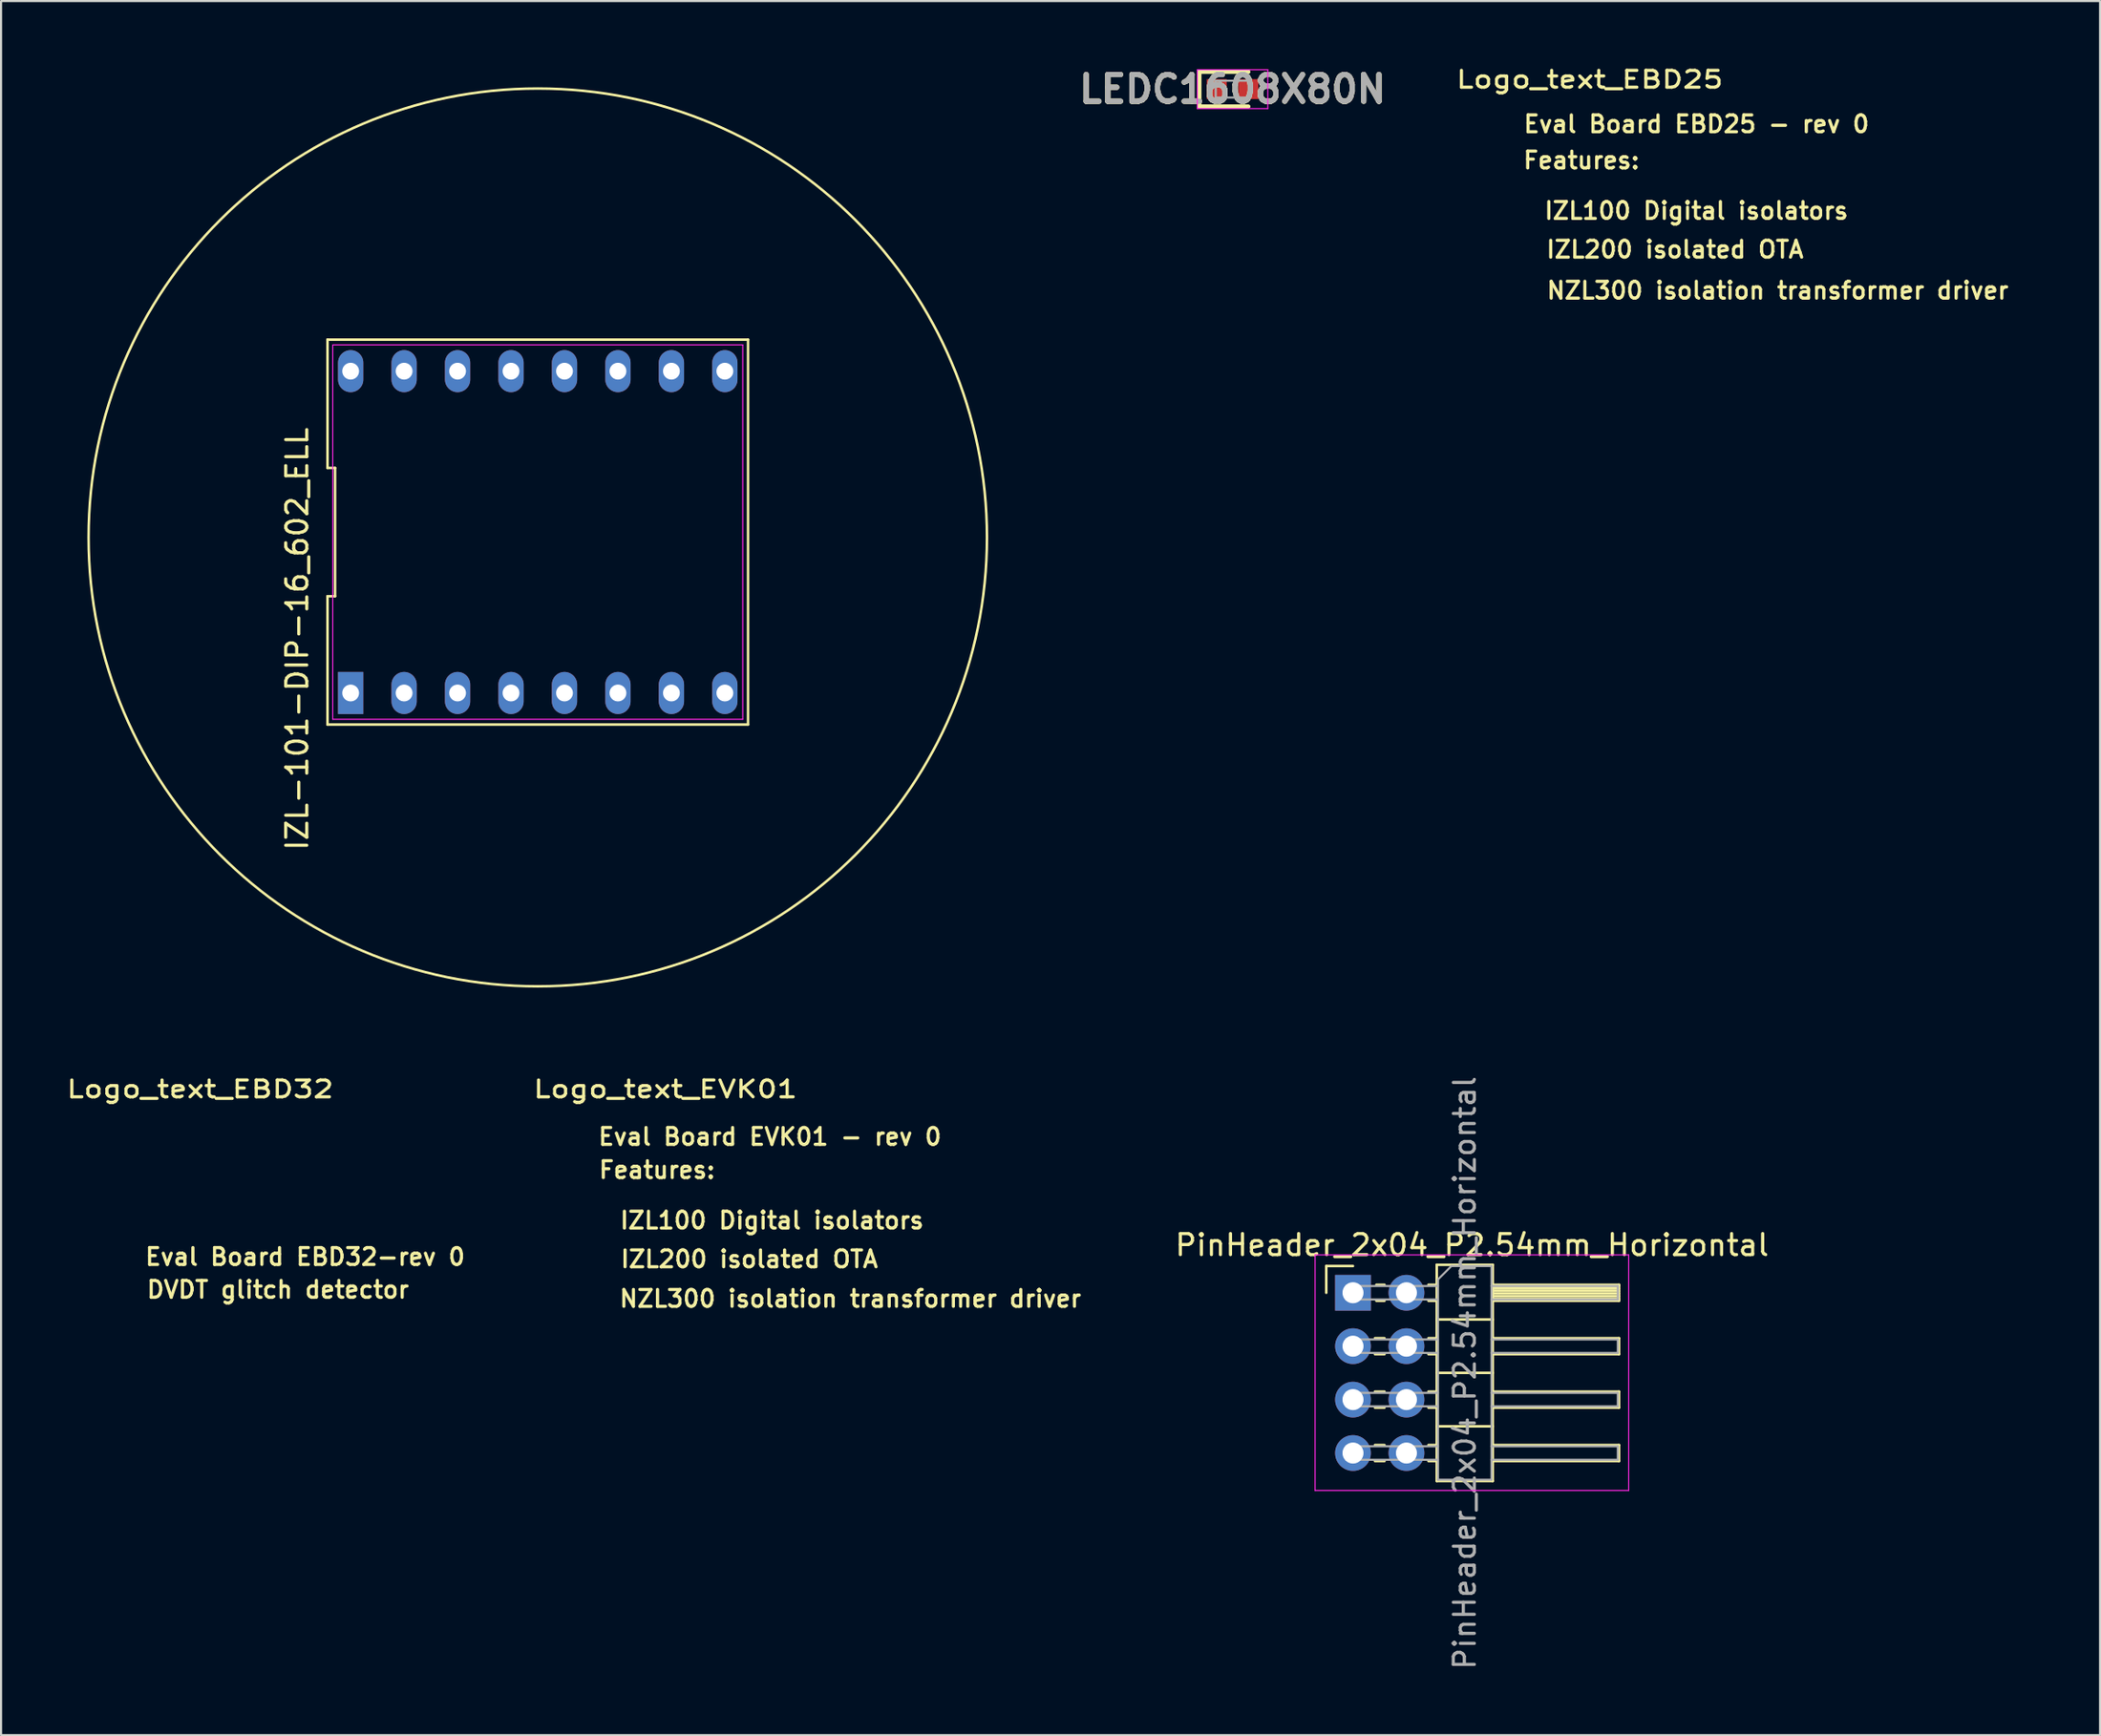
<source format=kicad_pcb>
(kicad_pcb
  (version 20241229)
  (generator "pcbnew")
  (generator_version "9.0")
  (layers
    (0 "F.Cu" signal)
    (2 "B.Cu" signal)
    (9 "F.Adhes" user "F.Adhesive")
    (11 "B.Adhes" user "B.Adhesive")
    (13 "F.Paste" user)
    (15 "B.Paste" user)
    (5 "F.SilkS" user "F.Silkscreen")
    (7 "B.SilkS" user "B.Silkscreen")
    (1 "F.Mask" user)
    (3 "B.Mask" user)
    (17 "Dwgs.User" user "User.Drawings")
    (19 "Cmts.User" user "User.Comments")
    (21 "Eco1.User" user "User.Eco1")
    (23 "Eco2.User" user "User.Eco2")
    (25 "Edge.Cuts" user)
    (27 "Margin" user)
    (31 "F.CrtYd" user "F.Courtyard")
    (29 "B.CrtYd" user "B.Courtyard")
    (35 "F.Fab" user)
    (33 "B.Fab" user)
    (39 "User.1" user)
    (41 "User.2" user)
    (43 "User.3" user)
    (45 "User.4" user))
  (footprint "PinHeader_2x04_P2.54mm_Horizontal"
    (layer "F.Cu")
    (at 61.233 58.41)
    (property "Reference" "PinHeader_2x04_P2.54mm_Horizontal" (at 5.655 -2.27 0) (layer "F.SilkS") (effects (font (size 1 1) (thickness 0.15))))
    (attr through_hole)
    (fp_line (start -1.27 -1.27) (end 0 -1.27) (stroke (width 0.12) (type solid)) (layer "F.SilkS"))
    (fp_line (start -1.27 0) (end -1.27 -1.27) (stroke (width 0.12) (type solid)) (layer "F.SilkS"))
    (fp_line (start 1.043 2.16) (end 1.497 2.16) (stroke (width 0.12) (type solid)) (layer "F.SilkS"))
    (fp_line (start 1.043 2.92) (end 1.497 2.92) (stroke (width 0.12) (type solid)) (layer "F.SilkS"))
    (fp_line (start 1.043 4.7) (end 1.497 4.7) (stroke (width 0.12) (type solid)) (layer "F.SilkS"))
    (fp_line (start 1.043 5.46) (end 1.497 5.46) (stroke (width 0.12) (type solid)) (layer "F.SilkS"))
    (fp_line (start 1.043 7.24) (end 1.497 7.24) (stroke (width 0.12) (type solid)) (layer "F.SilkS"))
    (fp_line (start 1.043 8) (end 1.497 8) (stroke (width 0.12) (type solid)) (layer "F.SilkS"))
    (fp_line (start 1.11 -0.38) (end 1.497 -0.38) (stroke (width 0.12) (type solid)) (layer "F.SilkS"))
    (fp_line (start 1.11 0.38) (end 1.497 0.38) (stroke (width 0.12) (type solid)) (layer "F.SilkS"))
    (fp_line (start 3.583 -0.38) (end 3.98 -0.38) (stroke (width 0.12) (type solid)) (layer "F.SilkS"))
    (fp_line (start 3.583 0.38) (end 3.98 0.38) (stroke (width 0.12) (type solid)) (layer "F.SilkS"))
    (fp_line (start 3.583 2.16) (end 3.98 2.16) (stroke (width 0.12) (type solid)) (layer "F.SilkS"))
    (fp_line (start 3.583 2.92) (end 3.98 2.92) (stroke (width 0.12) (type solid)) (layer "F.SilkS"))
    (fp_line (start 3.583 4.7) (end 3.98 4.7) (stroke (width 0.12) (type solid)) (layer "F.SilkS"))
    (fp_line (start 3.583 5.46) (end 3.98 5.46) (stroke (width 0.12) (type solid)) (layer "F.SilkS"))
    (fp_line (start 3.583 7.24) (end 3.98 7.24) (stroke (width 0.12) (type solid)) (layer "F.SilkS"))
    (fp_line (start 3.583 8) (end 3.98 8) (stroke (width 0.12) (type solid)) (layer "F.SilkS"))
    (fp_line (start 3.98 -1.33) (end 3.98 8.95) (stroke (width 0.12) (type solid)) (layer "F.SilkS"))
    (fp_line (start 3.98 1.27) (end 6.64 1.27) (stroke (width 0.12) (type solid)) (layer "F.SilkS"))
    (fp_line (start 3.98 3.81) (end 6.64 3.81) (stroke (width 0.12) (type solid)) (layer "F.SilkS"))
    (fp_line (start 3.98 6.35) (end 6.64 6.35) (stroke (width 0.12) (type solid)) (layer "F.SilkS"))
    (fp_line (start 3.98 8.95) (end 6.64 8.95) (stroke (width 0.12) (type solid)) (layer "F.SilkS"))
    (fp_line (start 6.64 -1.33) (end 3.98 -1.33) (stroke (width 0.12) (type solid)) (layer "F.SilkS"))
    (fp_line (start 6.64 -0.38) (end 12.64 -0.38) (stroke (width 0.12) (type solid)) (layer "F.SilkS"))
    (fp_line (start 6.64 -0.32) (end 12.64 -0.32) (stroke (width 0.12) (type solid)) (layer "F.SilkS"))
    (fp_line (start 6.64 -0.2) (end 12.64 -0.2) (stroke (width 0.12) (type solid)) (layer "F.SilkS"))
    (fp_line (start 6.64 -0.08) (end 12.64 -0.08) (stroke (width 0.12) (type solid)) (layer "F.SilkS"))
    (fp_line (start 6.64 0.04) (end 12.64 0.04) (stroke (width 0.12) (type solid)) (layer "F.SilkS"))
    (fp_line (start 6.64 0.16) (end 12.64 0.16) (stroke (width 0.12) (type solid)) (layer "F.SilkS"))
    (fp_line (start 6.64 0.28) (end 12.64 0.28) (stroke (width 0.12) (type solid)) (layer "F.SilkS"))
    (fp_line (start 6.64 2.16) (end 12.64 2.16) (stroke (width 0.12) (type solid)) (layer "F.SilkS"))
    (fp_line (start 6.64 4.7) (end 12.64 4.7) (stroke (width 0.12) (type solid)) (layer "F.SilkS"))
    (fp_line (start 6.64 7.24) (end 12.64 7.24) (stroke (width 0.12) (type solid)) (layer "F.SilkS"))
    (fp_line (start 6.64 8.95) (end 6.64 -1.33) (stroke (width 0.12) (type solid)) (layer "F.SilkS"))
    (fp_line (start 12.64 -0.38) (end 12.64 0.38) (stroke (width 0.12) (type solid)) (layer "F.SilkS"))
    (fp_line (start 12.64 0.38) (end 6.64 0.38) (stroke (width 0.12) (type solid)) (layer "F.SilkS"))
    (fp_line (start 12.64 2.16) (end 12.64 2.92) (stroke (width 0.12) (type solid)) (layer "F.SilkS"))
    (fp_line (start 12.64 2.92) (end 6.64 2.92) (stroke (width 0.12) (type solid)) (layer "F.SilkS"))
    (fp_line (start 12.64 4.7) (end 12.64 5.46) (stroke (width 0.12) (type solid)) (layer "F.SilkS"))
    (fp_line (start 12.64 5.46) (end 6.64 5.46) (stroke (width 0.12) (type solid)) (layer "F.SilkS"))
    (fp_line (start 12.64 7.24) (end 12.64 8) (stroke (width 0.12) (type solid)) (layer "F.SilkS"))
    (fp_line (start 12.64 8) (end 6.64 8) (stroke (width 0.12) (type solid)) (layer "F.SilkS"))
    (fp_line (start -1.8 -1.8) (end -1.8 9.4) (stroke (width 0.05) (type solid)) (layer "F.CrtYd"))
    (fp_line (start -1.8 9.4) (end 13.1 9.4) (stroke (width 0.05) (type solid)) (layer "F.CrtYd"))
    (fp_line (start 13.1 -1.8) (end -1.8 -1.8) (stroke (width 0.05) (type solid)) (layer "F.CrtYd"))
    (fp_line (start 13.1 9.4) (end 13.1 -1.8) (stroke (width 0.05) (type solid)) (layer "F.CrtYd"))
    (fp_line (start -0.32 -0.32) (end -0.32 0.32) (stroke (width 0.1) (type solid)) (layer "F.Fab"))
    (fp_line (start -0.32 -0.32) (end 4.04 -0.32) (stroke (width 0.1) (type solid)) (layer "F.Fab"))
    (fp_line (start -0.32 0.32) (end 4.04 0.32) (stroke (width 0.1) (type solid)) (layer "F.Fab"))
    (fp_line (start -0.32 2.22) (end -0.32 2.86) (stroke (width 0.1) (type solid)) (layer "F.Fab"))
    (fp_line (start -0.32 2.22) (end 4.04 2.22) (stroke (width 0.1) (type solid)) (layer "F.Fab"))
    (fp_line (start -0.32 2.86) (end 4.04 2.86) (stroke (width 0.1) (type solid)) (layer "F.Fab"))
    (fp_line (start -0.32 4.76) (end -0.32 5.4) (stroke (width 0.1) (type solid)) (layer "F.Fab"))
    (fp_line (start -0.32 4.76) (end 4.04 4.76) (stroke (width 0.1) (type solid)) (layer "F.Fab"))
    (fp_line (start -0.32 5.4) (end 4.04 5.4) (stroke (width 0.1) (type solid)) (layer "F.Fab"))
    (fp_line (start -0.32 7.3) (end -0.32 7.94) (stroke (width 0.1) (type solid)) (layer "F.Fab"))
    (fp_line (start -0.32 7.3) (end 4.04 7.3) (stroke (width 0.1) (type solid)) (layer "F.Fab"))
    (fp_line (start -0.32 7.94) (end 4.04 7.94) (stroke (width 0.1) (type solid)) (layer "F.Fab"))
    (fp_line (start 4.04 -0.635) (end 4.675 -1.27) (stroke (width 0.1) (type solid)) (layer "F.Fab"))
    (fp_line (start 4.04 8.89) (end 4.04 -0.635) (stroke (width 0.1) (type solid)) (layer "F.Fab"))
    (fp_line (start 4.675 -1.27) (end 6.58 -1.27) (stroke (width 0.1) (type solid)) (layer "F.Fab"))
    (fp_line (start 6.58 -1.27) (end 6.58 8.89) (stroke (width 0.1) (type solid)) (layer "F.Fab"))
    (fp_line (start 6.58 -0.32) (end 12.58 -0.32) (stroke (width 0.1) (type solid)) (layer "F.Fab"))
    (fp_line (start 6.58 0.32) (end 12.58 0.32) (stroke (width 0.1) (type solid)) (layer "F.Fab"))
    (fp_line (start 6.58 2.22) (end 12.58 2.22) (stroke (width 0.1) (type solid)) (layer "F.Fab"))
    (fp_line (start 6.58 2.86) (end 12.58 2.86) (stroke (width 0.1) (type solid)) (layer "F.Fab"))
    (fp_line (start 6.58 4.76) (end 12.58 4.76) (stroke (width 0.1) (type solid)) (layer "F.Fab"))
    (fp_line (start 6.58 5.4) (end 12.58 5.4) (stroke (width 0.1) (type solid)) (layer "F.Fab"))
    (fp_line (start 6.58 7.3) (end 12.58 7.3) (stroke (width 0.1) (type solid)) (layer "F.Fab"))
    (fp_line (start 6.58 7.94) (end 12.58 7.94) (stroke (width 0.1) (type solid)) (layer "F.Fab"))
    (fp_line (start 6.58 8.89) (end 4.04 8.89) (stroke (width 0.1) (type solid)) (layer "F.Fab"))
    (fp_line (start 12.58 -0.32) (end 12.58 0.32) (stroke (width 0.1) (type solid)) (layer "F.Fab"))
    (fp_line (start 12.58 2.22) (end 12.58 2.86) (stroke (width 0.1) (type solid)) (layer "F.Fab"))
    (fp_line (start 12.58 4.76) (end 12.58 5.4) (stroke (width 0.1) (type solid)) (layer "F.Fab"))
    (fp_line (start 12.58 7.3) (end 12.58 7.94) (stroke (width 0.1) (type solid)) (layer "F.Fab"))
    (fp_text user "${REFERENCE}" (at 5.31 3.81 90) (layer "F.Fab") (effects (font (size 1 1) (thickness 0.15))))
    (pad "1" thru_hole rect (at 0 0) (size 1.7 1.7) (drill 1) (layers "*.Cu" "*.Mask"))
    (pad "2" thru_hole oval (at 2.54 0) (size 1.7 1.7) (drill 1) (layers "*.Cu" "*.Mask"))
    (pad "3" thru_hole oval (at 0 2.54) (size 1.7 1.7) (drill 1) (layers "*.Cu" "*.Mask"))
    (pad "4" thru_hole oval (at 2.54 2.54) (size 1.7 1.7) (drill 1) (layers "*.Cu" "*.Mask"))
    (pad "5" thru_hole oval (at 0 5.08) (size 1.7 1.7) (drill 1) (layers "*.Cu" "*.Mask"))
    (pad "6" thru_hole oval (at 2.54 5.08) (size 1.7 1.7) (drill 1) (layers "*.Cu" "*.Mask"))
    (pad "7" thru_hole oval (at 0 7.62) (size 1.7 1.7) (drill 1) (layers "*.Cu" "*.Mask"))
    (pad "8" thru_hole oval (at 2.54 7.62) (size 1.7 1.7) (drill 1) (layers "*.Cu" "*.Mask")))
  (footprint "Logo_text_EBD32"
    (layer "F.Cu")
    (at 6.458 58.891)
    (property "Reference" "Logo_text_EBD32" (at 0 -10.16 0) (layer "F.SilkS") (effects (font (size 0.8 1) (thickness 0.15))))
    (attr exclude_from_pos_files exclude_from_bom)
    (fp_text user "DVDT glitch detector " (at 4 -0.63 0) (layer "F.SilkS") (effects (font (size 0.8 0.8) (thickness 0.15))))
    (fp_text user "Eval Board EBD32-rev 0" (at 4.99 -2.19 0) (layer "F.SilkS") (effects (font (size 0.8 0.8) (thickness 0.15)))))
  (footprint "IZL-101-DIP-16_602_ELL"
    (layer "F.Cu")
    (at 22.5 22.246)
    (property "Reference" "IZL-101-DIP-16_602_ELL" (at -11.43 5.08 90) (layer "F.SilkS") (effects (font (size 1 1) (thickness 0.15))))
    (attr through_hole)
    (fp_circle (center 0 0.254) (end 0 0.254) (stroke (width 45) (type solid)) (fill no) (layer "F.Mask"))
    (fp_circle (center 0 0.254) (end 0 0.254) (stroke (width 45) (type solid)) (fill no) (layer "B.Mask"))
    (fp_line (start -9.99 -9.15) (end -9.99 -3.05) (stroke (width 0.12) (type solid)) (layer "F.SilkS"))
    (fp_line (start -9.99 -3.05) (end -9.63 -3.05) (stroke (width 0.12) (type solid)) (layer "F.SilkS"))
    (fp_line (start -9.99 3.05) (end -9.99 9.15) (stroke (width 0.12) (type solid)) (layer "F.SilkS"))
    (fp_line (start -9.99 9.15) (end 9.99 9.15) (stroke (width 0.12) (type solid)) (layer "F.SilkS"))
    (fp_line (start -9.63 -3.05) (end -9.63 3.05) (stroke (width 0.12) (type solid)) (layer "F.SilkS"))
    (fp_line (start -9.63 3.05) (end -9.99 3.05) (stroke (width 0.12) (type solid)) (layer "F.SilkS"))
    (fp_line (start 9.99 -9.15) (end -9.99 -9.15) (stroke (width 0.12) (type solid)) (layer "F.SilkS"))
    (fp_line (start 9.99 9.15) (end 9.99 -9.15) (stroke (width 0.12) (type solid)) (layer "F.SilkS"))
    (fp_circle (center 0 0.254) (end 21.342 0.254) (stroke (width 0.12) (type solid)) (fill no) (layer "F.SilkS"))
    (fp_line (start -9.74 -8.9) (end 9.74 -8.9) (stroke (width 0.05) (type solid)) (layer "F.CrtYd"))
    (fp_line (start -9.74 8.9) (end -9.74 -8.9) (stroke (width 0.05) (type solid)) (layer "F.CrtYd"))
    (fp_line (start 9.74 -8.9) (end 9.74 8.9) (stroke (width 0.05) (type solid)) (layer "F.CrtYd"))
    (fp_line (start 9.74 8.9) (end -9.74 8.9) (stroke (width 0.05) (type solid)) (layer "F.CrtYd"))
    (pad "1" thru_hole rect (at -8.89 7.65) (size 1.2 2) (drill 0.8) (layers "*.Cu" "*.Mask"))
    (pad "2" thru_hole oval (at -6.35 7.65) (size 1.2 2) (drill 0.8) (layers "*.Cu" "*.Mask"))
    (pad "3" thru_hole oval (at -3.81 7.65) (size 1.2 2) (drill 0.8) (layers "*.Cu" "*.Mask"))
    (pad "4" thru_hole oval (at -1.27 7.65) (size 1.2 2) (drill 0.8) (layers "*.Cu" "*.Mask"))
    (pad "5" thru_hole oval (at 1.27 7.65) (size 1.2 2) (drill 0.8) (layers "*.Cu" "*.Mask"))
    (pad "6" thru_hole oval (at 3.81 7.65) (size 1.2 2) (drill 0.8) (layers "*.Cu" "*.Mask"))
    (pad "7" thru_hole oval (at 6.35 7.65) (size 1.2 2) (drill 0.8) (layers "*.Cu" "*.Mask"))
    (pad "8" thru_hole oval (at 8.89 7.65) (size 1.2 2) (drill 0.8) (layers "*.Cu" "*.Mask"))
    (pad "9" thru_hole oval (at 8.89 -7.65) (size 1.2 2) (drill 0.8) (layers "*.Cu" "*.Mask"))
    (pad "10" thru_hole oval (at 6.35 -7.65) (size 1.2 2) (drill 0.8) (layers "*.Cu" "*.Mask"))
    (pad "11" thru_hole oval (at 3.81 -7.65) (size 1.2 2) (drill 0.8) (layers "*.Cu" "*.Mask"))
    (pad "12" thru_hole oval (at 1.27 -7.65) (size 1.2 2) (drill 0.8) (layers "*.Cu" "*.Mask"))
    (pad "13" thru_hole oval (at -1.27 -7.65) (size 1.2 2) (drill 0.8) (layers "*.Cu" "*.Mask"))
    (pad "14" thru_hole oval (at -3.81 -7.65) (size 1.2 2) (drill 0.8) (layers "*.Cu" "*.Mask"))
    (pad "15" thru_hole oval (at -6.35 -7.65) (size 1.2 2) (drill 0.8) (layers "*.Cu" "*.Mask"))
    (pad "16" thru_hole oval (at -8.89 -7.65) (size 1.2 2) (drill 0.8) (layers "*.Cu" "*.Mask")))
  (footprint "Logo_text_EVK01"
    (layer "F.Cu")
    (at 28.561 58.891)
    (property "Reference" "Logo_text_EVK01" (at 0 -10.16 0) (layer "F.SilkS") (effects (font (size 0.8 1) (thickness 0.15))))
    (attr exclude_from_pos_files exclude_from_bom)
    (fp_text user "NZL300 isolation transformer driver  " (at 9.4 -0.2 0) (layer "F.SilkS") (effects (font (size 0.8 0.8) (thickness 0.15))))
    (fp_text user "IZL100 Digital isolators " (at 5.37 -3.92 0) (layer "F.SilkS") (effects (font (size 0.8 0.8) (thickness 0.15))))
    (fp_text user "Eval Board EVK01 - rev 0" (at 13.2 -7.9 0) (layer "F.SilkS") (effects (font (size 0.8 0.8) (thickness 0.15)) (justify right)))
    (fp_text user "Features: " (at -0.09 -6.32 0) (layer "F.SilkS") (effects (font (size 0.8 0.8) (thickness 0.15))))
    (fp_text user "IZL200 isolated OTA  " (at 4.6 -2.08 0) (layer "F.SilkS") (effects (font (size 0.8 0.8) (thickness 0.15)))))
  (footprint "LEDC1608X80N"
    (layer "F.Cu")
    (at 55.511 1.189)
    (property "Reference" "LEDC1608X80N" (at 0 0 0) (layer "F.SilkS") (effects (font (size 1.27 1.27) (thickness 0.254))))
    (attr smd)
    (fp_line (start -1.575 -0.825) (end -1.575 0.825) (stroke (width 0.2) (type solid)) (layer "F.SilkS"))
    (fp_line (start -1.575 0.825) (end 0.75 0.825) (stroke (width 0.2) (type solid)) (layer "F.SilkS"))
    (fp_line (start 0.75 -0.825) (end -1.575 -0.825) (stroke (width 0.2) (type solid)) (layer "F.SilkS"))
    (fp_line (start -1.675 -0.925) (end 1.675 -0.925) (stroke (width 0.05) (type solid)) (layer "F.CrtYd"))
    (fp_line (start -1.675 0.925) (end -1.675 -0.925) (stroke (width 0.05) (type solid)) (layer "F.CrtYd"))
    (fp_line (start 1.675 -0.925) (end 1.675 0.925) (stroke (width 0.05) (type solid)) (layer "F.CrtYd"))
    (fp_line (start 1.675 0.925) (end -1.675 0.925) (stroke (width 0.05) (type solid)) (layer "F.CrtYd"))
    (fp_line (start -0.8 -0.4) (end 0.8 -0.4) (stroke (width 0.1) (type solid)) (layer "F.Fab"))
    (fp_line (start -0.8 -0.133) (end -0.533 -0.4) (stroke (width 0.1) (type solid)) (layer "F.Fab"))
    (fp_line (start -0.8 0.4) (end -0.8 -0.4) (stroke (width 0.1) (type solid)) (layer "F.Fab"))
    (fp_line (start 0.8 -0.4) (end 0.8 0.4) (stroke (width 0.1) (type solid)) (layer "F.Fab"))
    (fp_line (start 0.8 0.4) (end -0.8 0.4) (stroke (width 0.1) (type solid)) (layer "F.Fab"))
    (fp_text user "${REFERENCE}" (at 0 0 0) (layer "F.Fab") (effects (font (size 1.27 1.27) (thickness 0.254))))
    (pad "1" smd rect (at -0.75 0 90) (size 0.95 0.95) (layers "F.Cu" "F.Mask" "F.Paste"))
    (pad "2" smd rect (at 0.75 0 90) (size 0.95 0.95) (layers "F.Cu" "F.Mask" "F.Paste")))
  (footprint "Logo_text_EBD25"
    (layer "F.Cu")
    (at 72.481 10.891)
    (property "Reference" "Logo_text_EBD25" (at 0 -10.16 0) (layer "F.SilkS") (effects (font (size 0.8 1) (thickness 0.15))))
    (attr exclude_from_pos_files exclude_from_bom)
    (fp_text user "Features: " (at -0.09 -6.32 0) (layer "F.SilkS") (effects (font (size 0.8 0.8) (thickness 0.15))))
    (fp_text user "Eval Board EBD25 - rev 0" (at 5.07 -8.04 0) (layer "F.SilkS") (effects (font (size 0.8 0.8) (thickness 0.15))))
    (fp_text user "IZL100 Digital isolators " (at 5.37 -3.92 0) (layer "F.SilkS") (effects (font (size 0.8 0.8) (thickness 0.15))))
    (fp_text user "IZL200 isolated OTA  " (at 4.66 -2.08 0) (layer "F.SilkS") (effects (font (size 0.8 0.8) (thickness 0.15))))
    (fp_text user "NZL300 isolation transformer driver  " (at 9.54 -0.13 0) (layer "F.SilkS") (effects (font (size 0.8 0.8) (thickness 0.15)))))
  (gr_rect
    (start -3 -3)
    (end 96.728 79.44)
    (stroke (width 0.1) (type default))
    (fill no)
    (layer "Edge.Cuts")))
</source>
